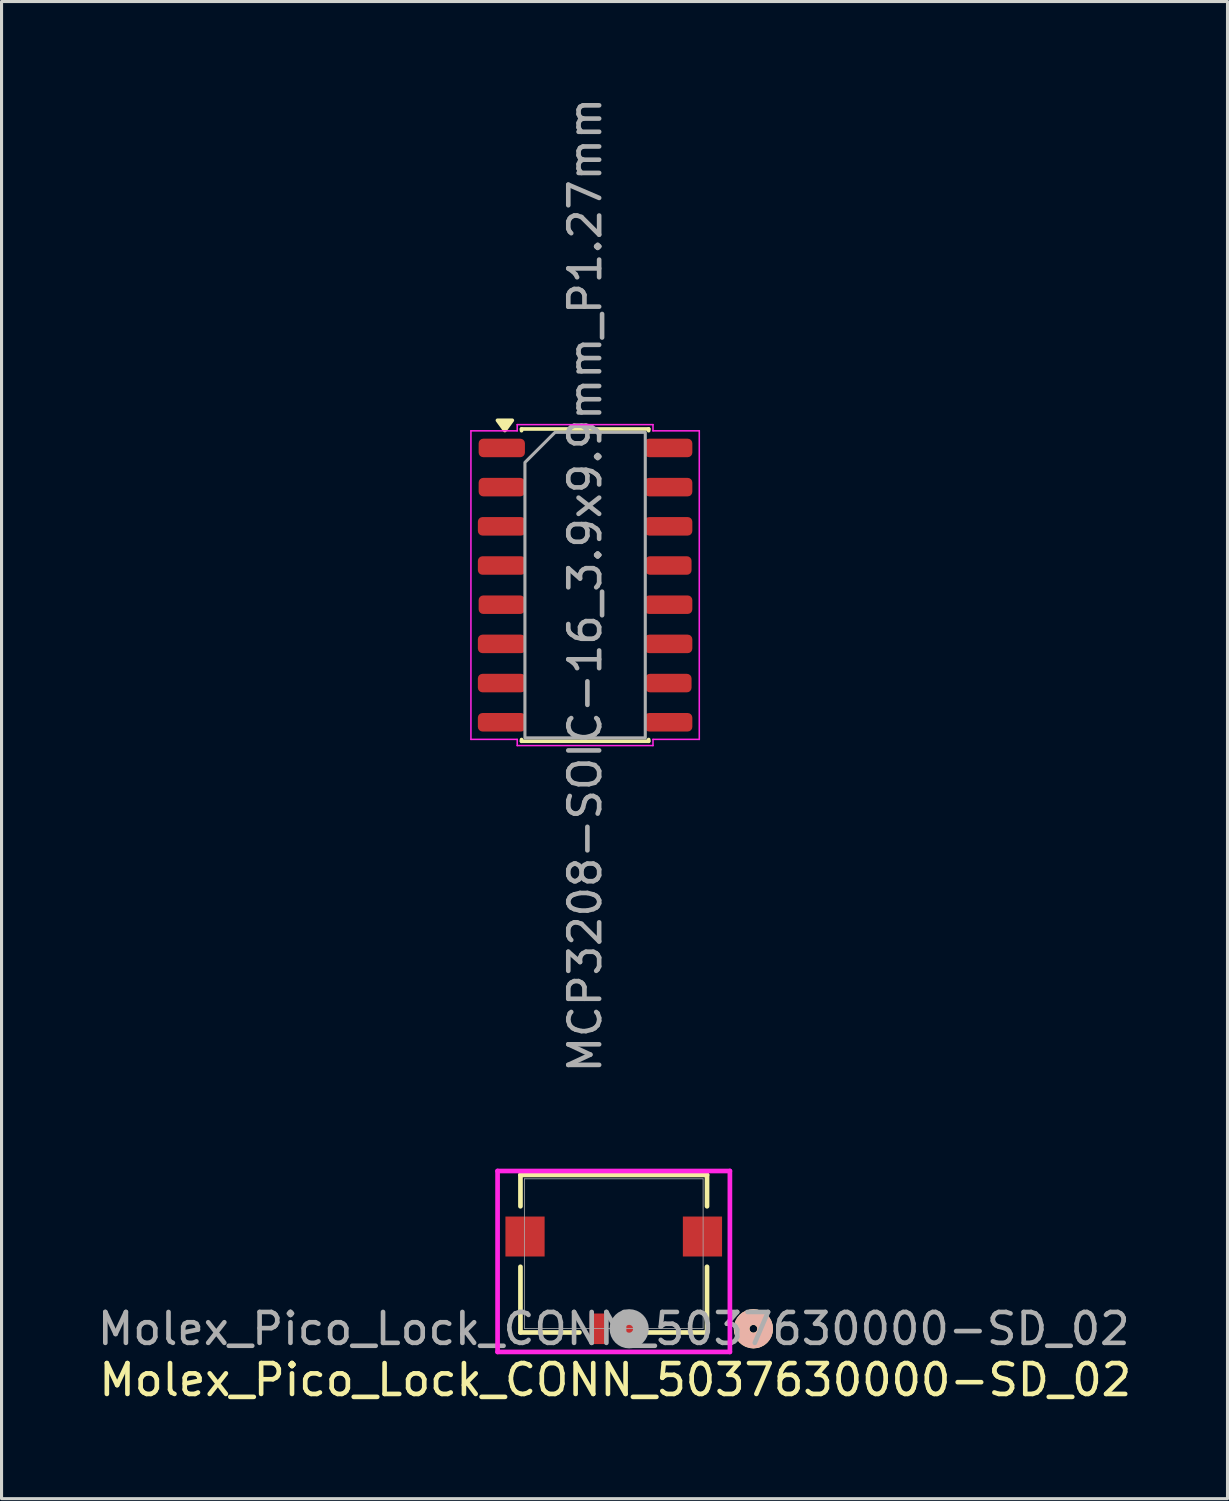
<source format=kicad_pcb>
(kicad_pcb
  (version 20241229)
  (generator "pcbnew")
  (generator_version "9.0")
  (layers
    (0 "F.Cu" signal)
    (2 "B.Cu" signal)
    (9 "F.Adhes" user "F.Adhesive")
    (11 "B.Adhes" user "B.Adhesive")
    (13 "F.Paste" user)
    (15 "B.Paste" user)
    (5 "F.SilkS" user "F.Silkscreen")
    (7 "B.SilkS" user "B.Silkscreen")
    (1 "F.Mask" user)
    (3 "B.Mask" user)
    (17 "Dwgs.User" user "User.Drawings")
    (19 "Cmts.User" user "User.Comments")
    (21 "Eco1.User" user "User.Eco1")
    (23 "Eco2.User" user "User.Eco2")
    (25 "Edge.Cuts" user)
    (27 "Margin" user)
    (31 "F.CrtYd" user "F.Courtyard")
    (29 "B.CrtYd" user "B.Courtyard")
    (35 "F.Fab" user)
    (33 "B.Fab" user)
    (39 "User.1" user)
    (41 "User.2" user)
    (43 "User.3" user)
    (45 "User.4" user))
  (footprint "MCP3208-SOIC-16_3.9x9.9mm_P1.27mm"
    (layer "F.Cu")
    (at 15.911 15.911)
    (property "Reference" "MCP3208-SOIC-16_3.9x9.9mm_P1.27mm" (at 0 -5.9 0) (layer "User.3") (effects (font (size 1 1) (thickness 0.15))))
    (attr smd)
    (fp_line (start -2.06 -5.06) (end 2.06 -5.06) (stroke (width 0.12) (type solid)) (layer "F.SilkS"))
    (fp_line (start -2.06 -5.005) (end -2.06 -5.06) (stroke (width 0.12) (type solid)) (layer "F.SilkS"))
    (fp_line (start -2.06 5.06) (end -2.06 5.005) (stroke (width 0.12) (type solid)) (layer "F.SilkS"))
    (fp_line (start 2.06 -5.06) (end 2.06 -5.005) (stroke (width 0.12) (type solid)) (layer "F.SilkS"))
    (fp_line (start 2.06 5.005) (end 2.06 5.06) (stroke (width 0.12) (type solid)) (layer "F.SilkS"))
    (fp_line (start 2.06 5.06) (end -2.06 5.06) (stroke (width 0.12) (type solid)) (layer "F.SilkS"))
    (fp_poly (pts (xy -2.6 -5.01) (xy -2.84 -5.34) (xy -2.36 -5.34)) (stroke (width 0.12) (type solid)) (fill yes) (layer "F.SilkS"))
    (fp_line (start -3.7 -5) (end -2.2 -5) (stroke (width 0.05) (type solid)) (layer "F.CrtYd"))
    (fp_line (start -3.7 5) (end -3.7 -5) (stroke (width 0.05) (type solid)) (layer "F.CrtYd"))
    (fp_line (start -2.2 -5.2) (end 2.2 -5.2) (stroke (width 0.05) (type solid)) (layer "F.CrtYd"))
    (fp_line (start -2.2 -5) (end -2.2 -5.2) (stroke (width 0.05) (type solid)) (layer "F.CrtYd"))
    (fp_line (start -2.2 5) (end -3.7 5) (stroke (width 0.05) (type solid)) (layer "F.CrtYd"))
    (fp_line (start -2.2 5.2) (end -2.2 5) (stroke (width 0.05) (type solid)) (layer "F.CrtYd"))
    (fp_line (start 2.2 -5.2) (end 2.2 -5) (stroke (width 0.05) (type solid)) (layer "F.CrtYd"))
    (fp_line (start 2.2 -5) (end 3.7 -5) (stroke (width 0.05) (type solid)) (layer "F.CrtYd"))
    (fp_line (start 2.2 5) (end 2.2 5.2) (stroke (width 0.05) (type solid)) (layer "F.CrtYd"))
    (fp_line (start 2.2 5.2) (end -2.2 5.2) (stroke (width 0.05) (type solid)) (layer "F.CrtYd"))
    (fp_line (start 3.7 -5) (end 3.7 5) (stroke (width 0.05) (type solid)) (layer "F.CrtYd"))
    (fp_line (start 3.7 5) (end 2.2 5) (stroke (width 0.05) (type solid)) (layer "F.CrtYd"))
    (fp_poly (pts (xy -1.95 -3.975) (xy -1.95 4.95) (xy 1.95 4.95) (xy 1.95 -4.95) (xy -0.975 -4.95)) (stroke (width 0.1) (type solid)) (fill no) (layer "F.Fab"))
    (fp_text user "${REFERENCE}" (at 0 0 90) (layer "F.Fab") (effects (font (size 1 1) (thickness 0.15))))
    (pad "1" smd roundrect (at -2.7 -4.445) (size 1.5 0.6) (layers "F.Cu" "F.Mask" "F.Paste") (roundrect_rratio 0.25))
    (pad "2" smd roundrect (at -2.7 -3.175) (size 1.5 0.6) (layers "F.Cu" "F.Mask" "F.Paste") (roundrect_rratio 0.25))
    (pad "3" smd roundrect (at -2.7 -1.905) (size 1.55 0.6) (layers "F.Cu" "F.Mask" "F.Paste") (roundrect_rratio 0.25))
    (pad "4" smd roundrect (at -2.7 -0.635) (size 1.55 0.6) (layers "F.Cu" "F.Mask" "F.Paste") (roundrect_rratio 0.25))
    (pad "5" smd roundrect (at -2.7 0.635) (size 1.5 0.6) (layers "F.Cu" "F.Mask" "F.Paste") (roundrect_rratio 0.25))
    (pad "6" smd roundrect (at -2.7 1.905) (size 1.55 0.6) (layers "F.Cu" "F.Mask" "F.Paste") (roundrect_rratio 0.25))
    (pad "7" smd roundrect (at -2.7 3.175) (size 1.55 0.6) (layers "F.Cu" "F.Mask" "F.Paste") (roundrect_rratio 0.25))
    (pad "8" smd roundrect (at -2.7 4.445) (size 1.55 0.6) (layers "F.Cu" "F.Mask" "F.Paste") (roundrect_rratio 0.25))
    (pad "9" smd roundrect (at 2.7 4.445) (size 1.55 0.6) (layers "F.Cu" "F.Mask" "F.Paste") (roundrect_rratio 0.25))
    (pad "10" smd roundrect (at 2.7 3.175) (size 1.5 0.6) (layers "F.Cu" "F.Mask" "F.Paste") (roundrect_rratio 0.25))
    (pad "11" smd roundrect (at 2.7 1.905) (size 1.55 0.6) (layers "F.Cu" "F.Mask" "F.Paste") (roundrect_rratio 0.25))
    (pad "12" smd roundrect (at 2.7 0.635) (size 1.55 0.6) (layers "F.Cu" "F.Mask" "F.Paste") (roundrect_rratio 0.25))
    (pad "13" smd roundrect (at 2.7 -0.635) (size 1.5 0.6) (layers "F.Cu" "F.Mask" "F.Paste") (roundrect_rratio 0.25))
    (pad "14" smd roundrect (at 2.7 -1.905) (size 1.55 0.6) (layers "F.Cu" "F.Mask" "F.Paste") (roundrect_rratio 0.25))
    (pad "15" smd roundrect (at 2.7 -3.175) (size 1.55 0.6) (layers "F.Cu" "F.Mask" "F.Paste") (roundrect_rratio 0.25))
    (pad "16" smd roundrect (at 2.7 -4.445) (size 1.55 0.6) (layers "F.Cu" "F.Mask" "F.Paste") (roundrect_rratio 0.25)))
  (footprint "Molex_Pico_Lock_CONN_5037630000-SD_02"
    (layer "F.Cu")
    (at 16.839 37.577)
    (property "Reference" "Molex_Pico_Lock_CONN_5037630000-SD_02" (at 0.05 4.09 0) (unlocked yes) (layer "F.SilkS") (effects (font (size 1 1) (thickness 0.15))))
    (attr smd)
    (fp_line (start -3.023 -2.553) (end -3.023 -1.536) (stroke (width 0.152) (type solid)) (layer "F.SilkS"))
    (fp_line (start -3.023 0.425) (end -3.023 2.553) (stroke (width 0.152) (type solid)) (layer "F.SilkS"))
    (fp_line (start -3.023 2.553) (end -1.112 2.553) (stroke (width 0.152) (type solid)) (layer "F.SilkS"))
    (fp_line (start 1.112 2.553) (end 3.023 2.553) (stroke (width 0.152) (type solid)) (layer "F.SilkS"))
    (fp_line (start 3.023 -2.553) (end -3.023 -2.553) (stroke (width 0.152) (type solid)) (layer "F.SilkS"))
    (fp_line (start 3.023 -1.536) (end 3.023 -2.553) (stroke (width 0.152) (type solid)) (layer "F.SilkS"))
    (fp_line (start 3.023 2.553) (end 3.023 0.425) (stroke (width 0.152) (type solid)) (layer "F.SilkS"))
    (fp_circle (center 4.526 2.434) (end 4.907 2.434) (stroke (width 0.508) (type solid)) (fill no) (layer "F.SilkS"))
    (fp_circle (center 4.526 2.434) (end 4.907 2.434) (stroke (width 0.508) (type solid)) (fill no) (layer "B.SilkS"))
    (fp_line (start -3.764 -2.68) (end -3.764 3.184) (stroke (width 0.152) (type solid)) (layer "F.CrtYd"))
    (fp_line (start -3.764 3.184) (end 3.764 3.184) (stroke (width 0.152) (type solid)) (layer "F.CrtYd"))
    (fp_line (start 3.764 -2.68) (end -3.764 -2.68) (stroke (width 0.152) (type solid)) (layer "F.CrtYd"))
    (fp_line (start 3.764 3.184) (end 3.764 -2.68) (stroke (width 0.152) (type solid)) (layer "F.CrtYd"))
    (fp_line (start -2.896 -2.426) (end -2.896 2.426) (stroke (width 0.025) (type solid)) (layer "F.Fab"))
    (fp_line (start -2.896 2.426) (end 2.896 2.426) (stroke (width 0.025) (type solid)) (layer "F.Fab"))
    (fp_line (start 2.896 -2.426) (end -2.896 -2.426) (stroke (width 0.025) (type solid)) (layer "F.Fab"))
    (fp_line (start 2.896 2.426) (end 2.896 -2.426) (stroke (width 0.025) (type solid)) (layer "F.Fab"))
    (fp_circle (center 0.5 2.434) (end 0.881 2.434) (stroke (width 0.508) (type solid)) (fill no) (layer "F.Fab"))
    (fp_text user "${REFERENCE}" (at 0 2.434 0) (unlocked yes) (layer "F.Fab") (effects (font (size 1 1) (thickness 0.15))))
    (pad "1" smd rect (at 0.5 2.434) (size 0.559 0.991) (layers "F.Cu" "F.Mask" "F.Paste"))
    (pad "2" smd rect (at -0.5 2.434) (size 0.559 0.991) (layers "F.Cu" "F.Mask" "F.Paste"))
    (pad "MP" smd rect (at -2.875 -0.556) (size 1.27 1.295) (layers "F.Cu" "F.Mask" "F.Paste"))
    (pad "MP" smd rect (at 2.875 -0.556) (size 1.27 1.295) (layers "F.Cu" "F.Mask" "F.Paste"))
    (zone (net_name "") (layer "F.Cu") (hatch full 0.508) (connect_pads) (min_thickness 0.254) (filled_areas_thickness no) (keepout (tracks not_allowed) (vias not_allowed) (pads allowed) (copperpour not_allowed) (footprints allowed)) (placement (enabled no)) (fill) (polygon (pts (xy 14.237 35.202) (xy 14.237 36.371) (xy 15.101 36.371) (xy 15.101 35.202))))
    (zone (net_name "") (layer "F.Cu") (hatch full 0.508) (connect_pads) (min_thickness 0.254) (filled_areas_thickness no) (keepout (tracks not_allowed) (vias not_allowed) (pads allowed) (copperpour not_allowed) (footprints allowed)) (placement (enabled no)) (fill) (polygon (pts (xy 14.595 36.374) (xy 14.595 36.45) (xy 15.103 36.45) (xy 15.103 36.374))))
    (zone (net_name "") (layer "F.Cu") (hatch full 0.508) (connect_pads) (min_thickness 0.254) (filled_areas_thickness no) (keepout (tracks not_allowed) (vias not_allowed) (pads allowed) (copperpour not_allowed) (footprints allowed)) (placement (enabled no)) (fill) (polygon (pts (xy 18.575 36.374) (xy 18.575 36.45) (xy 19.083 36.45) (xy 19.083 36.374))))
    (zone (net_name "") (layer "F.Cu") (hatch full 0.508) (connect_pads) (min_thickness 0.254) (filled_areas_thickness no) (keepout (tracks not_allowed) (vias not_allowed) (pads allowed) (copperpour not_allowed) (footprints allowed)) (placement (enabled no)) (fill) (polygon (pts (xy 18.577 35.202) (xy 18.577 36.371) (xy 19.441 36.371) (xy 19.441 35.202)))))
  (gr_rect
    (start -3 -3)
    (end 36.729 45.516)
    (stroke (width 0.1) (type default))
    (fill no)
    (layer "Edge.Cuts")))
</source>
